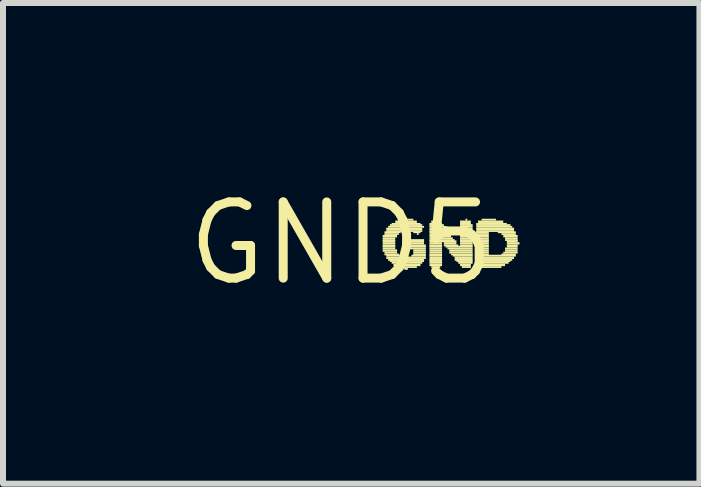
<source format=kicad_pcb>
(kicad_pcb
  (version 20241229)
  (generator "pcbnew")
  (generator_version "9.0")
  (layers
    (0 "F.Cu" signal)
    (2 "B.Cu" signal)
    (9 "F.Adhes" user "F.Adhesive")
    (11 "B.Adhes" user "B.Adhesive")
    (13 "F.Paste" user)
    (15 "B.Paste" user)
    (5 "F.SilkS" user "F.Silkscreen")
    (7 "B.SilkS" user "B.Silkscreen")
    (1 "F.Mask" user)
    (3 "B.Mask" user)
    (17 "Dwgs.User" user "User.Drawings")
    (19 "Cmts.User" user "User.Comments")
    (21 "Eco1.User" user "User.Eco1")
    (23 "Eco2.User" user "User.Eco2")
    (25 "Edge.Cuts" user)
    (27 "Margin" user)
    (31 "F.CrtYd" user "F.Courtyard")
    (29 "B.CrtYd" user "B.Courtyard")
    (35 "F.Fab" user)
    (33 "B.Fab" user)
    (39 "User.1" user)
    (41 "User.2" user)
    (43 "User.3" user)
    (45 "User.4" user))
  (footprint "GND5"
    (layer "F.Cu")
    (at 2.638 1.006)
    (property "Reference" "GND5" (at 0 0 0) (layer "F.SilkS") (effects (font (size 1.27 1.27) (thickness 0.15))))
    (fp_poly (pts (xy 0.69 -0.1) (xy 0.93 -0.1) (xy 0.93 -0.14) (xy 0.69 -0.14)) (stroke (width 0) (type default)) (fill yes) (layer "F.SilkS"))
    (fp_poly (pts (xy 0.69 -0.07) (xy 0.9 -0.07) (xy 0.9 -0.1) (xy 0.69 -0.1)) (stroke (width 0) (type default)) (fill yes) (layer "F.SilkS"))
    (fp_poly (pts (xy 0.69 -0.04) (xy 0.9 -0.04) (xy 0.9 -0.07) (xy 0.69 -0.07)) (stroke (width 0) (type default)) (fill yes) (layer "F.SilkS"))
    (fp_poly (pts (xy 0.69 -0.02) (xy 0.9 -0.02) (xy 0.9 -0.05) (xy 0.69 -0.05)) (stroke (width 0) (type default)) (fill yes) (layer "F.SilkS"))
    (fp_poly (pts (xy 0.69 0.02) (xy 0.9 0.02) (xy 0.9 -0.02) (xy 0.69 -0.02)) (stroke (width 0) (type default)) (fill yes) (layer "F.SilkS"))
    (fp_poly (pts (xy 0.69 0.05) (xy 0.9 0.05) (xy 0.9 0.02) (xy 0.69 0.02)) (stroke (width 0) (type default)) (fill yes) (layer "F.SilkS"))
    (fp_poly (pts (xy 0.69 0.07) (xy 0.9 0.07) (xy 0.9 0.04) (xy 0.69 0.04)) (stroke (width 0) (type default)) (fill yes) (layer "F.SilkS"))
    (fp_poly (pts (xy 0.69 0.1) (xy 0.9 0.1) (xy 0.9 0.07) (xy 0.69 0.07)) (stroke (width 0) (type default)) (fill yes) (layer "F.SilkS"))
    (fp_poly (pts (xy 0.69 0.14) (xy 0.93 0.14) (xy 0.93 0.1) (xy 0.69 0.1)) (stroke (width 0) (type default)) (fill yes) (layer "F.SilkS"))
    (fp_poly (pts (xy 0.72 -0.17) (xy 0.99 -0.17) (xy 0.99 -0.2) (xy 0.72 -0.2)) (stroke (width 0) (type default)) (fill yes) (layer "F.SilkS"))
    (fp_poly (pts (xy 0.72 -0.14) (xy 0.96 -0.14) (xy 0.96 -0.17) (xy 0.72 -0.17)) (stroke (width 0) (type default)) (fill yes) (layer "F.SilkS"))
    (fp_poly (pts (xy 0.72 0.17) (xy 0.93 0.17) (xy 0.93 0.14) (xy 0.72 0.14)) (stroke (width 0) (type default)) (fill yes) (layer "F.SilkS"))
    (fp_poly (pts (xy 0.72 0.2) (xy 0.96 0.2) (xy 0.96 0.17) (xy 0.72 0.17)) (stroke (width 0) (type default)) (fill yes) (layer "F.SilkS"))
    (fp_poly (pts (xy 0.75 -0.22) (xy 1.35 -0.22) (xy 1.35 -0.26) (xy 0.75 -0.26)) (stroke (width 0) (type default)) (fill yes) (layer "F.SilkS"))
    (fp_poly (pts (xy 0.75 -0.19) (xy 1.35 -0.19) (xy 1.35 -0.22) (xy 0.75 -0.22)) (stroke (width 0) (type default)) (fill yes) (layer "F.SilkS"))
    (fp_poly (pts (xy 0.75 0.22) (xy 1.02 0.22) (xy 1.02 0.19) (xy 0.75 0.19)) (stroke (width 0) (type default)) (fill yes) (layer "F.SilkS"))
    (fp_poly (pts (xy 0.75 0.26) (xy 1.41 0.26) (xy 1.41 0.22) (xy 0.75 0.22)) (stroke (width 0) (type default)) (fill yes) (layer "F.SilkS"))
    (fp_poly (pts (xy 0.78 -0.26) (xy 1.38 -0.26) (xy 1.38 -0.29) (xy 0.78 -0.29)) (stroke (width 0) (type default)) (fill yes) (layer "F.SilkS"))
    (fp_poly (pts (xy 0.78 0.29) (xy 1.38 0.29) (xy 1.38 0.26) (xy 0.78 0.26)) (stroke (width 0) (type default)) (fill yes) (layer "F.SilkS"))
    (fp_poly (pts (xy 0.81 -0.29) (xy 1.35 -0.29) (xy 1.35 -0.32) (xy 0.81 -0.32)) (stroke (width 0) (type default)) (fill yes) (layer "F.SilkS"))
    (fp_poly (pts (xy 0.81 0.31) (xy 1.38 0.31) (xy 1.38 0.28) (xy 0.81 0.28)) (stroke (width 0) (type default)) (fill yes) (layer "F.SilkS"))
    (fp_poly (pts (xy 0.84 -0.31) (xy 1.32 -0.31) (xy 1.32 -0.34) (xy 0.84 -0.34)) (stroke (width 0) (type default)) (fill yes) (layer "F.SilkS"))
    (fp_poly (pts (xy 0.84 0.34) (xy 1.35 0.34) (xy 1.35 0.31) (xy 0.84 0.31)) (stroke (width 0) (type default)) (fill yes) (layer "F.SilkS"))
    (fp_poly (pts (xy 0.87 0.38) (xy 1.32 0.38) (xy 1.32 0.34) (xy 0.87 0.34)) (stroke (width 0) (type default)) (fill yes) (layer "F.SilkS"))
    (fp_poly (pts (xy 0.9 -0.34) (xy 1.26 -0.34) (xy 1.26 -0.38) (xy 0.9 -0.38)) (stroke (width 0) (type default)) (fill yes) (layer "F.SilkS"))
    (fp_poly (pts (xy 0.93 0.41) (xy 1.26 0.41) (xy 1.26 0.38) (xy 0.93 0.38)) (stroke (width 0) (type default)) (fill yes) (layer "F.SilkS"))
    (fp_poly (pts (xy 0.99 -0.38) (xy 1.2 -0.38) (xy 1.2 -0.41) (xy 0.99 -0.41)) (stroke (width 0) (type default)) (fill yes) (layer "F.SilkS"))
    (fp_poly (pts (xy 1.02 0.02) (xy 1.38 0.02) (xy 1.38 -0.02) (xy 1.02 -0.02)) (stroke (width 0) (type default)) (fill yes) (layer "F.SilkS"))
    (fp_poly (pts (xy 1.05 -0.04) (xy 1.38 -0.04) (xy 1.38 -0.07) (xy 1.05 -0.07)) (stroke (width 0) (type default)) (fill yes) (layer "F.SilkS"))
    (fp_poly (pts (xy 1.05 -0.02) (xy 1.38 -0.02) (xy 1.38 -0.05) (xy 1.05 -0.05)) (stroke (width 0) (type default)) (fill yes) (layer "F.SilkS"))
    (fp_poly (pts (xy 1.05 0.05) (xy 1.41 0.05) (xy 1.41 0.02) (xy 1.05 0.02)) (stroke (width 0) (type default)) (fill yes) (layer "F.SilkS"))
    (fp_poly (pts (xy 1.05 0.07) (xy 1.41 0.07) (xy 1.41 0.04) (xy 1.05 0.04)) (stroke (width 0) (type default)) (fill yes) (layer "F.SilkS"))
    (fp_poly (pts (xy 1.05 0.44) (xy 1.11 0.44) (xy 1.11 0.41) (xy 1.05 0.41)) (stroke (width 0) (type default)) (fill yes) (layer "F.SilkS"))
    (fp_poly (pts (xy 1.11 0.1) (xy 1.41 0.1) (xy 1.41 0.07) (xy 1.11 0.07)) (stroke (width 0) (type default)) (fill yes) (layer "F.SilkS"))
    (fp_poly (pts (xy 1.17 0.22) (xy 1.41 0.22) (xy 1.41 0.19) (xy 1.17 0.19)) (stroke (width 0) (type default)) (fill yes) (layer "F.SilkS"))
    (fp_poly (pts (xy 1.2 -0.17) (xy 1.32 -0.17) (xy 1.32 -0.2) (xy 1.2 -0.2)) (stroke (width 0) (type default)) (fill yes) (layer "F.SilkS"))
    (fp_poly (pts (xy 1.2 0.14) (xy 1.41 0.14) (xy 1.41 0.1) (xy 1.2 0.1)) (stroke (width 0) (type default)) (fill yes) (layer "F.SilkS"))
    (fp_poly (pts (xy 1.2 0.17) (xy 1.41 0.17) (xy 1.41 0.14) (xy 1.2 0.14)) (stroke (width 0) (type default)) (fill yes) (layer "F.SilkS"))
    (fp_poly (pts (xy 1.2 0.2) (xy 1.41 0.2) (xy 1.41 0.17) (xy 1.2 0.17)) (stroke (width 0) (type default)) (fill yes) (layer "F.SilkS"))
    (fp_poly (pts (xy 1.26 -0.14) (xy 1.29 -0.14) (xy 1.29 -0.17) (xy 1.26 -0.17)) (stroke (width 0) (type default)) (fill yes) (layer "F.SilkS"))
    (fp_poly (pts (xy 1.47 -0.31) (xy 1.68 -0.31) (xy 1.68 -0.34) (xy 1.47 -0.34)) (stroke (width 0) (type default)) (fill yes) (layer "F.SilkS"))
    (fp_poly (pts (xy 1.47 -0.29) (xy 1.71 -0.29) (xy 1.71 -0.32) (xy 1.47 -0.32)) (stroke (width 0) (type default)) (fill yes) (layer "F.SilkS"))
    (fp_poly (pts (xy 1.47 -0.26) (xy 1.74 -0.26) (xy 1.74 -0.29) (xy 1.47 -0.29)) (stroke (width 0) (type default)) (fill yes) (layer "F.SilkS"))
    (fp_poly (pts (xy 1.47 -0.22) (xy 1.74 -0.22) (xy 1.74 -0.26) (xy 1.47 -0.26)) (stroke (width 0) (type default)) (fill yes) (layer "F.SilkS"))
    (fp_poly (pts (xy 1.47 -0.19) (xy 1.77 -0.19) (xy 1.77 -0.22) (xy 1.47 -0.22)) (stroke (width 0) (type default)) (fill yes) (layer "F.SilkS"))
    (fp_poly (pts (xy 1.47 -0.17) (xy 1.8 -0.17) (xy 1.8 -0.2) (xy 1.47 -0.2)) (stroke (width 0) (type default)) (fill yes) (layer "F.SilkS"))
    (fp_poly (pts (xy 1.47 -0.14) (xy 1.83 -0.14) (xy 1.83 -0.17) (xy 1.47 -0.17)) (stroke (width 0) (type default)) (fill yes) (layer "F.SilkS"))
    (fp_poly (pts (xy 1.47 -0.1) (xy 1.83 -0.1) (xy 1.83 -0.14) (xy 1.47 -0.14)) (stroke (width 0) (type default)) (fill yes) (layer "F.SilkS"))
    (fp_poly (pts (xy 1.47 -0.07) (xy 1.86 -0.07) (xy 1.86 -0.1) (xy 1.47 -0.1)) (stroke (width 0) (type default)) (fill yes) (layer "F.SilkS"))
    (fp_poly (pts (xy 1.47 -0.04) (xy 1.89 -0.04) (xy 1.89 -0.07) (xy 1.47 -0.07)) (stroke (width 0) (type default)) (fill yes) (layer "F.SilkS"))
    (fp_poly (pts (xy 1.47 -0.02) (xy 1.92 -0.02) (xy 1.92 -0.05) (xy 1.47 -0.05)) (stroke (width 0) (type default)) (fill yes) (layer "F.SilkS"))
    (fp_poly (pts (xy 1.47 0.02) (xy 1.68 0.02) (xy 1.68 -0.02) (xy 1.47 -0.02)) (stroke (width 0) (type default)) (fill yes) (layer "F.SilkS"))
    (fp_poly (pts (xy 1.47 0.05) (xy 1.68 0.05) (xy 1.68 0.02) (xy 1.47 0.02)) (stroke (width 0) (type default)) (fill yes) (layer "F.SilkS"))
    (fp_poly (pts (xy 1.47 0.07) (xy 1.68 0.07) (xy 1.68 0.04) (xy 1.47 0.04)) (stroke (width 0) (type default)) (fill yes) (layer "F.SilkS"))
    (fp_poly (pts (xy 1.47 0.1) (xy 1.68 0.1) (xy 1.68 0.07) (xy 1.47 0.07)) (stroke (width 0) (type default)) (fill yes) (layer "F.SilkS"))
    (fp_poly (pts (xy 1.47 0.14) (xy 1.68 0.14) (xy 1.68 0.1) (xy 1.47 0.1)) (stroke (width 0) (type default)) (fill yes) (layer "F.SilkS"))
    (fp_poly (pts (xy 1.47 0.17) (xy 1.68 0.17) (xy 1.68 0.14) (xy 1.47 0.14)) (stroke (width 0) (type default)) (fill yes) (layer "F.SilkS"))
    (fp_poly (pts (xy 1.47 0.2) (xy 1.68 0.2) (xy 1.68 0.17) (xy 1.47 0.17)) (stroke (width 0) (type default)) (fill yes) (layer "F.SilkS"))
    (fp_poly (pts (xy 1.47 0.22) (xy 1.68 0.22) (xy 1.68 0.19) (xy 1.47 0.19)) (stroke (width 0) (type default)) (fill yes) (layer "F.SilkS"))
    (fp_poly (pts (xy 1.47 0.26) (xy 1.68 0.26) (xy 1.68 0.22) (xy 1.47 0.22)) (stroke (width 0) (type default)) (fill yes) (layer "F.SilkS"))
    (fp_poly (pts (xy 1.47 0.29) (xy 1.68 0.29) (xy 1.68 0.26) (xy 1.47 0.26)) (stroke (width 0) (type default)) (fill yes) (layer "F.SilkS"))
    (fp_poly (pts (xy 1.47 0.31) (xy 1.68 0.31) (xy 1.68 0.28) (xy 1.47 0.28)) (stroke (width 0) (type default)) (fill yes) (layer "F.SilkS"))
    (fp_poly (pts (xy 1.47 0.34) (xy 1.68 0.34) (xy 1.68 0.31) (xy 1.47 0.31)) (stroke (width 0) (type default)) (fill yes) (layer "F.SilkS"))
    (fp_poly (pts (xy 1.47 0.38) (xy 1.68 0.38) (xy 1.68 0.34) (xy 1.47 0.34)) (stroke (width 0) (type default)) (fill yes) (layer "F.SilkS"))
    (fp_poly (pts (xy 1.5 -0.34) (xy 1.65 -0.34) (xy 1.65 -0.38) (xy 1.5 -0.38)) (stroke (width 0) (type default)) (fill yes) (layer "F.SilkS"))
    (fp_poly (pts (xy 1.5 0.41) (xy 1.65 0.41) (xy 1.65 0.38) (xy 1.5 0.38)) (stroke (width 0) (type default)) (fill yes) (layer "F.SilkS"))
    (fp_poly (pts (xy 1.56 -0.38) (xy 1.59 -0.38) (xy 1.59 -0.41) (xy 1.56 -0.41)) (stroke (width 0) (type default)) (fill yes) (layer "F.SilkS"))
    (fp_poly (pts (xy 1.71 0.02) (xy 1.92 0.02) (xy 1.92 -0.02) (xy 1.71 -0.02)) (stroke (width 0) (type default)) (fill yes) (layer "F.SilkS"))
    (fp_poly (pts (xy 1.71 0.05) (xy 1.95 0.05) (xy 1.95 0.02) (xy 1.71 0.02)) (stroke (width 0) (type default)) (fill yes) (layer "F.SilkS"))
    (fp_poly (pts (xy 1.74 0.07) (xy 2.19 0.07) (xy 2.19 0.04) (xy 1.74 0.04)) (stroke (width 0) (type default)) (fill yes) (layer "F.SilkS"))
    (fp_poly (pts (xy 1.77 0.1) (xy 2.19 0.1) (xy 2.19 0.07) (xy 1.77 0.07)) (stroke (width 0) (type default)) (fill yes) (layer "F.SilkS"))
    (fp_poly (pts (xy 1.8 0.14) (xy 2.19 0.14) (xy 2.19 0.1) (xy 1.8 0.1)) (stroke (width 0) (type default)) (fill yes) (layer "F.SilkS"))
    (fp_poly (pts (xy 1.8 0.17) (xy 2.19 0.17) (xy 2.19 0.14) (xy 1.8 0.14)) (stroke (width 0) (type default)) (fill yes) (layer "F.SilkS"))
    (fp_poly (pts (xy 1.83 0.2) (xy 2.19 0.2) (xy 2.19 0.17) (xy 1.83 0.17)) (stroke (width 0) (type default)) (fill yes) (layer "F.SilkS"))
    (fp_poly (pts (xy 1.86 0.22) (xy 2.19 0.22) (xy 2.19 0.19) (xy 1.86 0.19)) (stroke (width 0) (type default)) (fill yes) (layer "F.SilkS"))
    (fp_poly (pts (xy 1.89 0.26) (xy 2.19 0.26) (xy 2.19 0.22) (xy 1.89 0.22)) (stroke (width 0) (type default)) (fill yes) (layer "F.SilkS"))
    (fp_poly (pts (xy 1.89 0.29) (xy 2.19 0.29) (xy 2.19 0.26) (xy 1.89 0.26)) (stroke (width 0) (type default)) (fill yes) (layer "F.SilkS"))
    (fp_poly (pts (xy 1.92 0.31) (xy 2.19 0.31) (xy 2.19 0.28) (xy 1.92 0.28)) (stroke (width 0) (type default)) (fill yes) (layer "F.SilkS"))
    (fp_poly (pts (xy 1.95 0.34) (xy 2.19 0.34) (xy 2.19 0.31) (xy 1.95 0.31)) (stroke (width 0) (type default)) (fill yes) (layer "F.SilkS"))
    (fp_poly (pts (xy 1.98 -0.34) (xy 2.16 -0.34) (xy 2.16 -0.38) (xy 1.98 -0.38)) (stroke (width 0) (type default)) (fill yes) (layer "F.SilkS"))
    (fp_poly (pts (xy 1.98 -0.31) (xy 2.16 -0.31) (xy 2.16 -0.34) (xy 1.98 -0.34)) (stroke (width 0) (type default)) (fill yes) (layer "F.SilkS"))
    (fp_poly (pts (xy 1.98 -0.29) (xy 2.19 -0.29) (xy 2.19 -0.32) (xy 1.98 -0.32)) (stroke (width 0) (type default)) (fill yes) (layer "F.SilkS"))
    (fp_poly (pts (xy 1.98 -0.26) (xy 2.19 -0.26) (xy 2.19 -0.29) (xy 1.98 -0.29)) (stroke (width 0) (type default)) (fill yes) (layer "F.SilkS"))
    (fp_poly (pts (xy 1.98 -0.22) (xy 2.19 -0.22) (xy 2.19 -0.26) (xy 1.98 -0.26)) (stroke (width 0) (type default)) (fill yes) (layer "F.SilkS"))
    (fp_poly (pts (xy 1.98 -0.19) (xy 2.19 -0.19) (xy 2.19 -0.22) (xy 1.98 -0.22)) (stroke (width 0) (type default)) (fill yes) (layer "F.SilkS"))
    (fp_poly (pts (xy 1.98 -0.17) (xy 2.19 -0.17) (xy 2.19 -0.2) (xy 1.98 -0.2)) (stroke (width 0) (type default)) (fill yes) (layer "F.SilkS"))
    (fp_poly (pts (xy 1.98 -0.14) (xy 2.19 -0.14) (xy 2.19 -0.17) (xy 1.98 -0.17)) (stroke (width 0) (type default)) (fill yes) (layer "F.SilkS"))
    (fp_poly (pts (xy 1.98 -0.1) (xy 2.19 -0.1) (xy 2.19 -0.14) (xy 1.98 -0.14)) (stroke (width 0) (type default)) (fill yes) (layer "F.SilkS"))
    (fp_poly (pts (xy 1.98 -0.07) (xy 2.19 -0.07) (xy 2.19 -0.1) (xy 1.98 -0.1)) (stroke (width 0) (type default)) (fill yes) (layer "F.SilkS"))
    (fp_poly (pts (xy 1.98 -0.04) (xy 2.19 -0.04) (xy 2.19 -0.07) (xy 1.98 -0.07)) (stroke (width 0) (type default)) (fill yes) (layer "F.SilkS"))
    (fp_poly (pts (xy 1.98 -0.02) (xy 2.19 -0.02) (xy 2.19 -0.05) (xy 1.98 -0.05)) (stroke (width 0) (type default)) (fill yes) (layer "F.SilkS"))
    (fp_poly (pts (xy 1.98 0.02) (xy 2.19 0.02) (xy 2.19 -0.02) (xy 1.98 -0.02)) (stroke (width 0) (type default)) (fill yes) (layer "F.SilkS"))
    (fp_poly (pts (xy 1.98 0.05) (xy 2.19 0.05) (xy 2.19 0.02) (xy 1.98 0.02)) (stroke (width 0) (type default)) (fill yes) (layer "F.SilkS"))
    (fp_poly (pts (xy 1.98 0.38) (xy 2.16 0.38) (xy 2.16 0.34) (xy 1.98 0.34)) (stroke (width 0) (type default)) (fill yes) (layer "F.SilkS"))
    (fp_poly (pts (xy 2.01 0.41) (xy 2.16 0.41) (xy 2.16 0.38) (xy 2.01 0.38)) (stroke (width 0) (type default)) (fill yes) (layer "F.SilkS"))
    (fp_poly (pts (xy 2.07 -0.38) (xy 2.1 -0.38) (xy 2.1 -0.41) (xy 2.07 -0.41)) (stroke (width 0) (type default)) (fill yes) (layer "F.SilkS"))
    (fp_poly (pts (xy 2.25 -0.31) (xy 2.76 -0.31) (xy 2.76 -0.34) (xy 2.25 -0.34)) (stroke (width 0) (type default)) (fill yes) (layer "F.SilkS"))
    (fp_poly (pts (xy 2.25 -0.29) (xy 2.82 -0.29) (xy 2.82 -0.32) (xy 2.25 -0.32)) (stroke (width 0) (type default)) (fill yes) (layer "F.SilkS"))
    (fp_poly (pts (xy 2.25 -0.26) (xy 2.85 -0.26) (xy 2.85 -0.29) (xy 2.25 -0.29)) (stroke (width 0) (type default)) (fill yes) (layer "F.SilkS"))
    (fp_poly (pts (xy 2.25 -0.22) (xy 2.88 -0.22) (xy 2.88 -0.26) (xy 2.25 -0.26)) (stroke (width 0) (type default)) (fill yes) (layer "F.SilkS"))
    (fp_poly (pts (xy 2.25 -0.19) (xy 2.88 -0.19) (xy 2.88 -0.22) (xy 2.25 -0.22)) (stroke (width 0) (type default)) (fill yes) (layer "F.SilkS"))
    (fp_poly (pts (xy 2.25 -0.17) (xy 2.46 -0.17) (xy 2.46 -0.2) (xy 2.25 -0.2)) (stroke (width 0) (type default)) (fill yes) (layer "F.SilkS"))
    (fp_poly (pts (xy 2.25 -0.14) (xy 2.46 -0.14) (xy 2.46 -0.17) (xy 2.25 -0.17)) (stroke (width 0) (type default)) (fill yes) (layer "F.SilkS"))
    (fp_poly (pts (xy 2.25 -0.1) (xy 2.46 -0.1) (xy 2.46 -0.14) (xy 2.25 -0.14)) (stroke (width 0) (type default)) (fill yes) (layer "F.SilkS"))
    (fp_poly (pts (xy 2.25 -0.07) (xy 2.46 -0.07) (xy 2.46 -0.1) (xy 2.25 -0.1)) (stroke (width 0) (type default)) (fill yes) (layer "F.SilkS"))
    (fp_poly (pts (xy 2.25 -0.04) (xy 2.46 -0.04) (xy 2.46 -0.07) (xy 2.25 -0.07)) (stroke (width 0) (type default)) (fill yes) (layer "F.SilkS"))
    (fp_poly (pts (xy 2.25 -0.02) (xy 2.46 -0.02) (xy 2.46 -0.05) (xy 2.25 -0.05)) (stroke (width 0) (type default)) (fill yes) (layer "F.SilkS"))
    (fp_poly (pts (xy 2.25 0.02) (xy 2.46 0.02) (xy 2.46 -0.02) (xy 2.25 -0.02)) (stroke (width 0) (type default)) (fill yes) (layer "F.SilkS"))
    (fp_poly (pts (xy 2.25 0.05) (xy 2.46 0.05) (xy 2.46 0.02) (xy 2.25 0.02)) (stroke (width 0) (type default)) (fill yes) (layer "F.SilkS"))
    (fp_poly (pts (xy 2.25 0.07) (xy 2.46 0.07) (xy 2.46 0.04) (xy 2.25 0.04)) (stroke (width 0) (type default)) (fill yes) (layer "F.SilkS"))
    (fp_poly (pts (xy 2.25 0.1) (xy 2.46 0.1) (xy 2.46 0.07) (xy 2.25 0.07)) (stroke (width 0) (type default)) (fill yes) (layer "F.SilkS"))
    (fp_poly (pts (xy 2.25 0.14) (xy 2.46 0.14) (xy 2.46 0.1) (xy 2.25 0.1)) (stroke (width 0) (type default)) (fill yes) (layer "F.SilkS"))
    (fp_poly (pts (xy 2.25 0.17) (xy 2.46 0.17) (xy 2.46 0.14) (xy 2.25 0.14)) (stroke (width 0) (type default)) (fill yes) (layer "F.SilkS"))
    (fp_poly (pts (xy 2.25 0.2) (xy 2.46 0.2) (xy 2.46 0.17) (xy 2.25 0.17)) (stroke (width 0) (type default)) (fill yes) (layer "F.SilkS"))
    (fp_poly (pts (xy 2.25 0.22) (xy 2.91 0.22) (xy 2.91 0.19) (xy 2.25 0.19)) (stroke (width 0) (type default)) (fill yes) (layer "F.SilkS"))
    (fp_poly (pts (xy 2.25 0.26) (xy 2.88 0.26) (xy 2.88 0.22) (xy 2.25 0.22)) (stroke (width 0) (type default)) (fill yes) (layer "F.SilkS"))
    (fp_poly (pts (xy 2.25 0.29) (xy 2.85 0.29) (xy 2.85 0.26) (xy 2.25 0.26)) (stroke (width 0) (type default)) (fill yes) (layer "F.SilkS"))
    (fp_poly (pts (xy 2.25 0.31) (xy 2.82 0.31) (xy 2.82 0.28) (xy 2.25 0.28)) (stroke (width 0) (type default)) (fill yes) (layer "F.SilkS"))
    (fp_poly (pts (xy 2.25 0.34) (xy 2.79 0.34) (xy 2.79 0.31) (xy 2.25 0.31)) (stroke (width 0) (type default)) (fill yes) (layer "F.SilkS"))
    (fp_poly (pts (xy 2.25 0.38) (xy 2.73 0.38) (xy 2.73 0.34) (xy 2.25 0.34)) (stroke (width 0) (type default)) (fill yes) (layer "F.SilkS"))
    (fp_poly (pts (xy 2.28 -0.34) (xy 2.7 -0.34) (xy 2.7 -0.38) (xy 2.28 -0.38)) (stroke (width 0) (type default)) (fill yes) (layer "F.SilkS"))
    (fp_poly (pts (xy 2.28 0.41) (xy 2.67 0.41) (xy 2.67 0.38) (xy 2.28 0.38)) (stroke (width 0) (type default)) (fill yes) (layer "F.SilkS"))
    (fp_poly (pts (xy 2.34 -0.38) (xy 2.58 -0.38) (xy 2.58 -0.41) (xy 2.34 -0.41)) (stroke (width 0) (type default)) (fill yes) (layer "F.SilkS"))
    (fp_poly (pts (xy 2.61 -0.17) (xy 2.91 -0.17) (xy 2.91 -0.2) (xy 2.61 -0.2)) (stroke (width 0) (type default)) (fill yes) (layer "F.SilkS"))
    (fp_poly (pts (xy 2.67 -0.14) (xy 2.91 -0.14) (xy 2.91 -0.17) (xy 2.67 -0.17)) (stroke (width 0) (type default)) (fill yes) (layer "F.SilkS"))
    (fp_poly (pts (xy 2.67 0.2) (xy 2.91 0.2) (xy 2.91 0.17) (xy 2.67 0.17)) (stroke (width 0) (type default)) (fill yes) (layer "F.SilkS"))
    (fp_poly (pts (xy 2.7 -0.1) (xy 2.94 -0.1) (xy 2.94 -0.14) (xy 2.7 -0.14)) (stroke (width 0) (type default)) (fill yes) (layer "F.SilkS"))
    (fp_poly (pts (xy 2.7 0.17) (xy 2.94 0.17) (xy 2.94 0.14) (xy 2.7 0.14)) (stroke (width 0) (type default)) (fill yes) (layer "F.SilkS"))
    (fp_poly (pts (xy 2.73 -0.07) (xy 2.94 -0.07) (xy 2.94 -0.1) (xy 2.73 -0.1)) (stroke (width 0) (type default)) (fill yes) (layer "F.SilkS"))
    (fp_poly (pts (xy 2.73 -0.04) (xy 2.94 -0.04) (xy 2.94 -0.07) (xy 2.73 -0.07)) (stroke (width 0) (type default)) (fill yes) (layer "F.SilkS"))
    (fp_poly (pts (xy 2.73 0.1) (xy 2.94 0.1) (xy 2.94 0.07) (xy 2.73 0.07)) (stroke (width 0) (type default)) (fill yes) (layer "F.SilkS"))
    (fp_poly (pts (xy 2.73 0.14) (xy 2.94 0.14) (xy 2.94 0.1) (xy 2.73 0.1)) (stroke (width 0) (type default)) (fill yes) (layer "F.SilkS"))
    (fp_poly (pts (xy 2.76 -0.02) (xy 2.94 -0.02) (xy 2.94 -0.05) (xy 2.76 -0.05)) (stroke (width 0) (type default)) (fill yes) (layer "F.SilkS"))
    (fp_poly (pts (xy 2.76 0.02) (xy 2.97 0.02) (xy 2.97 -0.02) (xy 2.76 -0.02)) (stroke (width 0) (type default)) (fill yes) (layer "F.SilkS"))
    (fp_poly (pts (xy 2.76 0.05) (xy 2.94 0.05) (xy 2.94 0.02) (xy 2.76 0.02)) (stroke (width 0) (type default)) (fill yes) (layer "F.SilkS"))
    (fp_poly (pts (xy 2.76 0.07) (xy 2.94 0.07) (xy 2.94 0.04) (xy 2.76 0.04)) (stroke (width 0) (type default)) (fill yes) (layer "F.SilkS")))
  (gr_rect
    (start -3 -3)
    (end 8.608 5.012)
    (stroke (width 0.1) (type default))
    (fill no)
    (layer "Edge.Cuts")))
</source>
